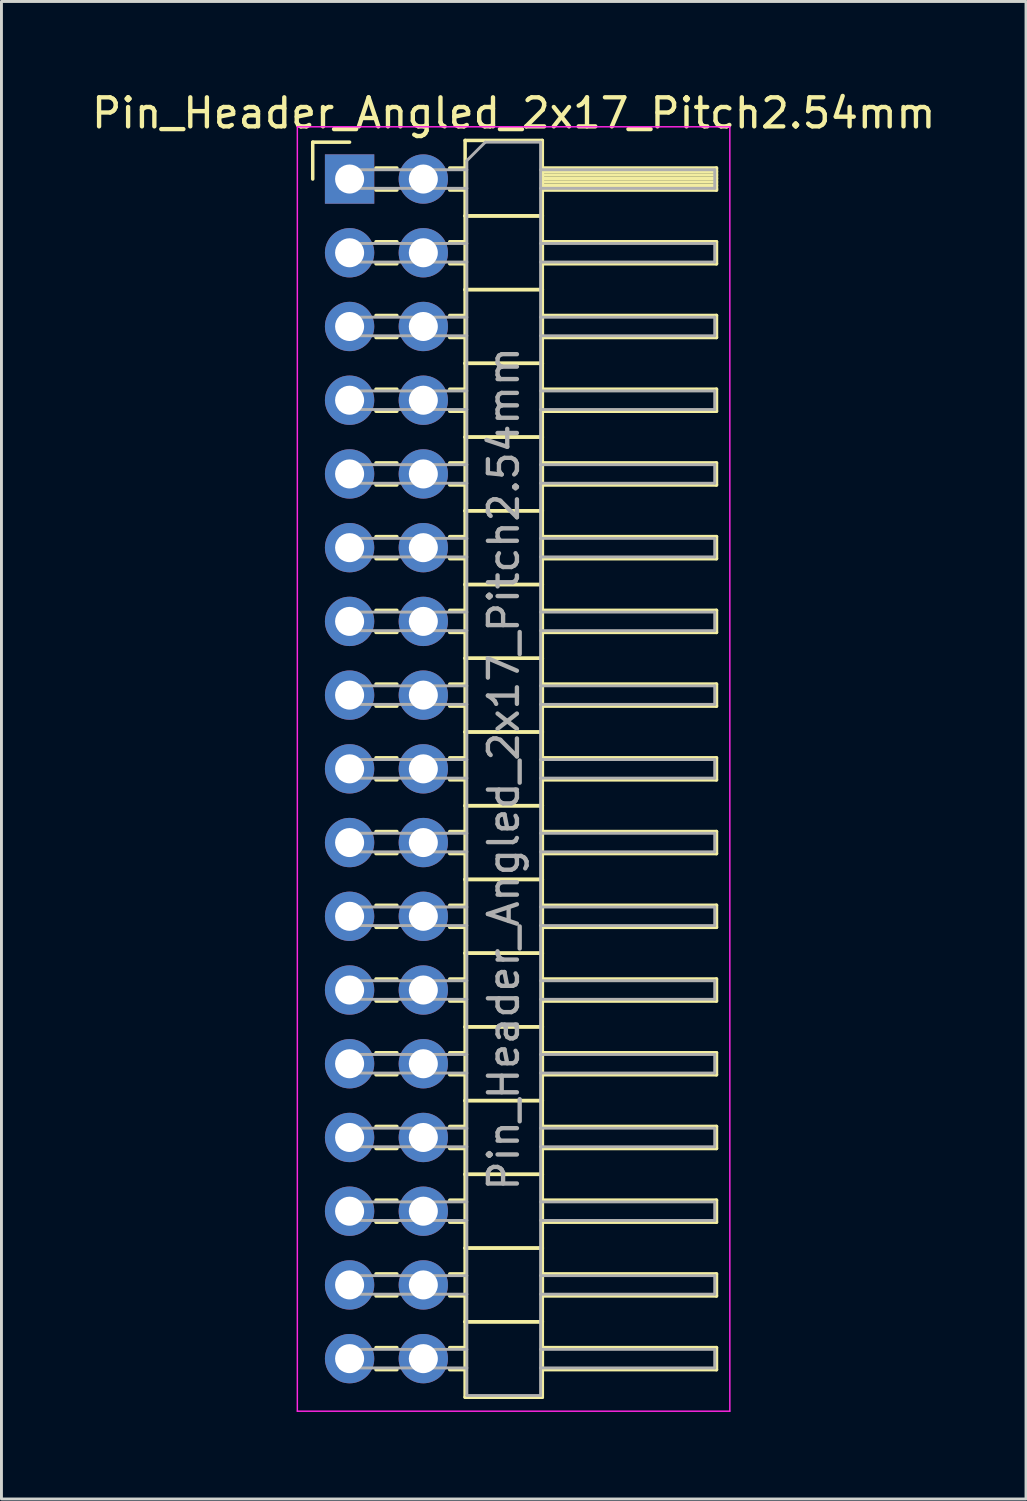
<source format=kicad_pcb>
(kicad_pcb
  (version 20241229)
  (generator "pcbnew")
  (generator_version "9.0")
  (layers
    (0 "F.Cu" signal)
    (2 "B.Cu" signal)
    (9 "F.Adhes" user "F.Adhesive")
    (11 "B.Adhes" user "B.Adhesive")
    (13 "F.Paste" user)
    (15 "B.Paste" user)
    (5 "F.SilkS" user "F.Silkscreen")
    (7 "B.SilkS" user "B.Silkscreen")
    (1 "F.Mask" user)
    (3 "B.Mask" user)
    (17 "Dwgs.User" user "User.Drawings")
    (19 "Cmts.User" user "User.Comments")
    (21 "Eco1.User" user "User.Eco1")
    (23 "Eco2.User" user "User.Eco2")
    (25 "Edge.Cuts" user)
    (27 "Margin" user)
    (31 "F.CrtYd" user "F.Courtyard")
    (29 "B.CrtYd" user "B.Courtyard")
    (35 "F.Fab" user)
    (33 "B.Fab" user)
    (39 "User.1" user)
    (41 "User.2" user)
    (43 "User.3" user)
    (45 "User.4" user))
  (footprint "Pin_Header_Angled_2x17_Pitch2.54mm"
    (layer "F.Cu")
    (at 8.994 3.118)
    (property "Reference" "Pin_Header_Angled_2x17_Pitch2.54mm" (at 5.655 -2.27 0) (layer "F.SilkS") (effects (font (size 1 1) (thickness 0.15))))
    (attr through_hole)
    (fp_line (start -1.27 -1.27) (end 0 -1.27) (stroke (width 0.12) (type solid)) (layer "F.SilkS"))
    (fp_line (start -1.27 0) (end -1.27 -1.27) (stroke (width 0.12) (type solid)) (layer "F.SilkS"))
    (fp_line (start 0.91 -0.38) (end 1.63 -0.38) (stroke (width 0.12) (type solid)) (layer "F.SilkS"))
    (fp_line (start 0.91 0.38) (end 1.63 0.38) (stroke (width 0.12) (type solid)) (layer "F.SilkS"))
    (fp_line (start 0.91 2.16) (end 1.63 2.16) (stroke (width 0.12) (type solid)) (layer "F.SilkS"))
    (fp_line (start 0.91 2.92) (end 1.63 2.92) (stroke (width 0.12) (type solid)) (layer "F.SilkS"))
    (fp_line (start 0.91 4.7) (end 1.63 4.7) (stroke (width 0.12) (type solid)) (layer "F.SilkS"))
    (fp_line (start 0.91 5.46) (end 1.63 5.46) (stroke (width 0.12) (type solid)) (layer "F.SilkS"))
    (fp_line (start 0.91 7.24) (end 1.63 7.24) (stroke (width 0.12) (type solid)) (layer "F.SilkS"))
    (fp_line (start 0.91 8) (end 1.63 8) (stroke (width 0.12) (type solid)) (layer "F.SilkS"))
    (fp_line (start 0.91 9.78) (end 1.63 9.78) (stroke (width 0.12) (type solid)) (layer "F.SilkS"))
    (fp_line (start 0.91 10.54) (end 1.63 10.54) (stroke (width 0.12) (type solid)) (layer "F.SilkS"))
    (fp_line (start 0.91 12.32) (end 1.63 12.32) (stroke (width 0.12) (type solid)) (layer "F.SilkS"))
    (fp_line (start 0.91 13.08) (end 1.63 13.08) (stroke (width 0.12) (type solid)) (layer "F.SilkS"))
    (fp_line (start 0.91 14.86) (end 1.63 14.86) (stroke (width 0.12) (type solid)) (layer "F.SilkS"))
    (fp_line (start 0.91 15.62) (end 1.63 15.62) (stroke (width 0.12) (type solid)) (layer "F.SilkS"))
    (fp_line (start 0.91 17.4) (end 1.63 17.4) (stroke (width 0.12) (type solid)) (layer "F.SilkS"))
    (fp_line (start 0.91 18.16) (end 1.63 18.16) (stroke (width 0.12) (type solid)) (layer "F.SilkS"))
    (fp_line (start 0.91 19.94) (end 1.63 19.94) (stroke (width 0.12) (type solid)) (layer "F.SilkS"))
    (fp_line (start 0.91 20.7) (end 1.63 20.7) (stroke (width 0.12) (type solid)) (layer "F.SilkS"))
    (fp_line (start 0.91 22.48) (end 1.63 22.48) (stroke (width 0.12) (type solid)) (layer "F.SilkS"))
    (fp_line (start 0.91 23.24) (end 1.63 23.24) (stroke (width 0.12) (type solid)) (layer "F.SilkS"))
    (fp_line (start 0.91 25.02) (end 1.63 25.02) (stroke (width 0.12) (type solid)) (layer "F.SilkS"))
    (fp_line (start 0.91 25.78) (end 1.63 25.78) (stroke (width 0.12) (type solid)) (layer "F.SilkS"))
    (fp_line (start 0.91 27.56) (end 1.63 27.56) (stroke (width 0.12) (type solid)) (layer "F.SilkS"))
    (fp_line (start 0.91 28.32) (end 1.63 28.32) (stroke (width 0.12) (type solid)) (layer "F.SilkS"))
    (fp_line (start 0.91 30.1) (end 1.63 30.1) (stroke (width 0.12) (type solid)) (layer "F.SilkS"))
    (fp_line (start 0.91 30.86) (end 1.63 30.86) (stroke (width 0.12) (type solid)) (layer "F.SilkS"))
    (fp_line (start 0.91 32.64) (end 1.63 32.64) (stroke (width 0.12) (type solid)) (layer "F.SilkS"))
    (fp_line (start 0.91 33.4) (end 1.63 33.4) (stroke (width 0.12) (type solid)) (layer "F.SilkS"))
    (fp_line (start 0.91 35.18) (end 1.63 35.18) (stroke (width 0.12) (type solid)) (layer "F.SilkS"))
    (fp_line (start 0.91 35.94) (end 1.63 35.94) (stroke (width 0.12) (type solid)) (layer "F.SilkS"))
    (fp_line (start 0.91 37.72) (end 1.63 37.72) (stroke (width 0.12) (type solid)) (layer "F.SilkS"))
    (fp_line (start 0.91 38.48) (end 1.63 38.48) (stroke (width 0.12) (type solid)) (layer "F.SilkS"))
    (fp_line (start 0.91 40.26) (end 1.63 40.26) (stroke (width 0.12) (type solid)) (layer "F.SilkS"))
    (fp_line (start 0.91 41.02) (end 1.63 41.02) (stroke (width 0.12) (type solid)) (layer "F.SilkS"))
    (fp_line (start 3.45 -0.38) (end 3.98 -0.38) (stroke (width 0.12) (type solid)) (layer "F.SilkS"))
    (fp_line (start 3.45 0.38) (end 3.98 0.38) (stroke (width 0.12) (type solid)) (layer "F.SilkS"))
    (fp_line (start 3.45 2.16) (end 3.98 2.16) (stroke (width 0.12) (type solid)) (layer "F.SilkS"))
    (fp_line (start 3.45 2.92) (end 3.98 2.92) (stroke (width 0.12) (type solid)) (layer "F.SilkS"))
    (fp_line (start 3.45 4.7) (end 3.98 4.7) (stroke (width 0.12) (type solid)) (layer "F.SilkS"))
    (fp_line (start 3.45 5.46) (end 3.98 5.46) (stroke (width 0.12) (type solid)) (layer "F.SilkS"))
    (fp_line (start 3.45 7.24) (end 3.98 7.24) (stroke (width 0.12) (type solid)) (layer "F.SilkS"))
    (fp_line (start 3.45 8) (end 3.98 8) (stroke (width 0.12) (type solid)) (layer "F.SilkS"))
    (fp_line (start 3.45 9.78) (end 3.98 9.78) (stroke (width 0.12) (type solid)) (layer "F.SilkS"))
    (fp_line (start 3.45 10.54) (end 3.98 10.54) (stroke (width 0.12) (type solid)) (layer "F.SilkS"))
    (fp_line (start 3.45 12.32) (end 3.98 12.32) (stroke (width 0.12) (type solid)) (layer "F.SilkS"))
    (fp_line (start 3.45 13.08) (end 3.98 13.08) (stroke (width 0.12) (type solid)) (layer "F.SilkS"))
    (fp_line (start 3.45 14.86) (end 3.98 14.86) (stroke (width 0.12) (type solid)) (layer "F.SilkS"))
    (fp_line (start 3.45 15.62) (end 3.98 15.62) (stroke (width 0.12) (type solid)) (layer "F.SilkS"))
    (fp_line (start 3.45 17.4) (end 3.98 17.4) (stroke (width 0.12) (type solid)) (layer "F.SilkS"))
    (fp_line (start 3.45 18.16) (end 3.98 18.16) (stroke (width 0.12) (type solid)) (layer "F.SilkS"))
    (fp_line (start 3.45 19.94) (end 3.98 19.94) (stroke (width 0.12) (type solid)) (layer "F.SilkS"))
    (fp_line (start 3.45 20.7) (end 3.98 20.7) (stroke (width 0.12) (type solid)) (layer "F.SilkS"))
    (fp_line (start 3.45 22.48) (end 3.98 22.48) (stroke (width 0.12) (type solid)) (layer "F.SilkS"))
    (fp_line (start 3.45 23.24) (end 3.98 23.24) (stroke (width 0.12) (type solid)) (layer "F.SilkS"))
    (fp_line (start 3.45 25.02) (end 3.98 25.02) (stroke (width 0.12) (type solid)) (layer "F.SilkS"))
    (fp_line (start 3.45 25.78) (end 3.98 25.78) (stroke (width 0.12) (type solid)) (layer "F.SilkS"))
    (fp_line (start 3.45 27.56) (end 3.98 27.56) (stroke (width 0.12) (type solid)) (layer "F.SilkS"))
    (fp_line (start 3.45 28.32) (end 3.98 28.32) (stroke (width 0.12) (type solid)) (layer "F.SilkS"))
    (fp_line (start 3.45 30.1) (end 3.98 30.1) (stroke (width 0.12) (type solid)) (layer "F.SilkS"))
    (fp_line (start 3.45 30.86) (end 3.98 30.86) (stroke (width 0.12) (type solid)) (layer "F.SilkS"))
    (fp_line (start 3.45 32.64) (end 3.98 32.64) (stroke (width 0.12) (type solid)) (layer "F.SilkS"))
    (fp_line (start 3.45 33.4) (end 3.98 33.4) (stroke (width 0.12) (type solid)) (layer "F.SilkS"))
    (fp_line (start 3.45 35.18) (end 3.98 35.18) (stroke (width 0.12) (type solid)) (layer "F.SilkS"))
    (fp_line (start 3.45 35.94) (end 3.98 35.94) (stroke (width 0.12) (type solid)) (layer "F.SilkS"))
    (fp_line (start 3.45 37.72) (end 3.98 37.72) (stroke (width 0.12) (type solid)) (layer "F.SilkS"))
    (fp_line (start 3.45 38.48) (end 3.98 38.48) (stroke (width 0.12) (type solid)) (layer "F.SilkS"))
    (fp_line (start 3.45 40.26) (end 3.98 40.26) (stroke (width 0.12) (type solid)) (layer "F.SilkS"))
    (fp_line (start 3.45 41.02) (end 3.98 41.02) (stroke (width 0.12) (type solid)) (layer "F.SilkS"))
    (fp_line (start 3.98 -1.33) (end 3.98 1.27) (stroke (width 0.12) (type solid)) (layer "F.SilkS"))
    (fp_line (start 3.98 1.27) (end 3.98 3.81) (stroke (width 0.12) (type solid)) (layer "F.SilkS"))
    (fp_line (start 3.98 1.27) (end 6.64 1.27) (stroke (width 0.12) (type solid)) (layer "F.SilkS"))
    (fp_line (start 3.98 3.81) (end 3.98 6.35) (stroke (width 0.12) (type solid)) (layer "F.SilkS"))
    (fp_line (start 3.98 3.81) (end 6.64 3.81) (stroke (width 0.12) (type solid)) (layer "F.SilkS"))
    (fp_line (start 3.98 6.35) (end 3.98 8.89) (stroke (width 0.12) (type solid)) (layer "F.SilkS"))
    (fp_line (start 3.98 6.35) (end 6.64 6.35) (stroke (width 0.12) (type solid)) (layer "F.SilkS"))
    (fp_line (start 3.98 8.89) (end 3.98 11.43) (stroke (width 0.12) (type solid)) (layer "F.SilkS"))
    (fp_line (start 3.98 8.89) (end 6.64 8.89) (stroke (width 0.12) (type solid)) (layer "F.SilkS"))
    (fp_line (start 3.98 11.43) (end 3.98 13.97) (stroke (width 0.12) (type solid)) (layer "F.SilkS"))
    (fp_line (start 3.98 11.43) (end 6.64 11.43) (stroke (width 0.12) (type solid)) (layer "F.SilkS"))
    (fp_line (start 3.98 13.97) (end 3.98 16.51) (stroke (width 0.12) (type solid)) (layer "F.SilkS"))
    (fp_line (start 3.98 13.97) (end 6.64 13.97) (stroke (width 0.12) (type solid)) (layer "F.SilkS"))
    (fp_line (start 3.98 16.51) (end 3.98 19.05) (stroke (width 0.12) (type solid)) (layer "F.SilkS"))
    (fp_line (start 3.98 16.51) (end 6.64 16.51) (stroke (width 0.12) (type solid)) (layer "F.SilkS"))
    (fp_line (start 3.98 19.05) (end 3.98 21.59) (stroke (width 0.12) (type solid)) (layer "F.SilkS"))
    (fp_line (start 3.98 19.05) (end 6.64 19.05) (stroke (width 0.12) (type solid)) (layer "F.SilkS"))
    (fp_line (start 3.98 21.59) (end 3.98 24.13) (stroke (width 0.12) (type solid)) (layer "F.SilkS"))
    (fp_line (start 3.98 21.59) (end 6.64 21.59) (stroke (width 0.12) (type solid)) (layer "F.SilkS"))
    (fp_line (start 3.98 24.13) (end 3.98 26.67) (stroke (width 0.12) (type solid)) (layer "F.SilkS"))
    (fp_line (start 3.98 24.13) (end 6.64 24.13) (stroke (width 0.12) (type solid)) (layer "F.SilkS"))
    (fp_line (start 3.98 26.67) (end 3.98 29.21) (stroke (width 0.12) (type solid)) (layer "F.SilkS"))
    (fp_line (start 3.98 26.67) (end 6.64 26.67) (stroke (width 0.12) (type solid)) (layer "F.SilkS"))
    (fp_line (start 3.98 29.21) (end 3.98 31.75) (stroke (width 0.12) (type solid)) (layer "F.SilkS"))
    (fp_line (start 3.98 29.21) (end 6.64 29.21) (stroke (width 0.12) (type solid)) (layer "F.SilkS"))
    (fp_line (start 3.98 31.75) (end 3.98 34.29) (stroke (width 0.12) (type solid)) (layer "F.SilkS"))
    (fp_line (start 3.98 31.75) (end 6.64 31.75) (stroke (width 0.12) (type solid)) (layer "F.SilkS"))
    (fp_line (start 3.98 34.29) (end 3.98 36.83) (stroke (width 0.12) (type solid)) (layer "F.SilkS"))
    (fp_line (start 3.98 34.29) (end 6.64 34.29) (stroke (width 0.12) (type solid)) (layer "F.SilkS"))
    (fp_line (start 3.98 36.83) (end 3.98 39.37) (stroke (width 0.12) (type solid)) (layer "F.SilkS"))
    (fp_line (start 3.98 36.83) (end 6.64 36.83) (stroke (width 0.12) (type solid)) (layer "F.SilkS"))
    (fp_line (start 3.98 39.37) (end 3.98 41.97) (stroke (width 0.12) (type solid)) (layer "F.SilkS"))
    (fp_line (start 3.98 39.37) (end 6.64 39.37) (stroke (width 0.12) (type solid)) (layer "F.SilkS"))
    (fp_line (start 3.98 41.97) (end 6.64 41.97) (stroke (width 0.12) (type solid)) (layer "F.SilkS"))
    (fp_line (start 6.64 -1.33) (end 3.98 -1.33) (stroke (width 0.12) (type solid)) (layer "F.SilkS"))
    (fp_line (start 6.64 -0.38) (end 6.64 0.38) (stroke (width 0.12) (type solid)) (layer "F.SilkS"))
    (fp_line (start 6.64 -0.26) (end 12.64 -0.26) (stroke (width 0.12) (type solid)) (layer "F.SilkS"))
    (fp_line (start 6.64 -0.14) (end 12.64 -0.14) (stroke (width 0.12) (type solid)) (layer "F.SilkS"))
    (fp_line (start 6.64 -0.02) (end 12.64 -0.02) (stroke (width 0.12) (type solid)) (layer "F.SilkS"))
    (fp_line (start 6.64 0.1) (end 12.64 0.1) (stroke (width 0.12) (type solid)) (layer "F.SilkS"))
    (fp_line (start 6.64 0.22) (end 12.64 0.22) (stroke (width 0.12) (type solid)) (layer "F.SilkS"))
    (fp_line (start 6.64 0.34) (end 12.64 0.34) (stroke (width 0.12) (type solid)) (layer "F.SilkS"))
    (fp_line (start 6.64 0.38) (end 12.64 0.38) (stroke (width 0.12) (type solid)) (layer "F.SilkS"))
    (fp_line (start 6.64 1.27) (end 3.98 1.27) (stroke (width 0.12) (type solid)) (layer "F.SilkS"))
    (fp_line (start 6.64 1.27) (end 6.64 -1.33) (stroke (width 0.12) (type solid)) (layer "F.SilkS"))
    (fp_line (start 6.64 2.16) (end 6.64 2.92) (stroke (width 0.12) (type solid)) (layer "F.SilkS"))
    (fp_line (start 6.64 2.92) (end 12.64 2.92) (stroke (width 0.12) (type solid)) (layer "F.SilkS"))
    (fp_line (start 6.64 3.81) (end 3.98 3.81) (stroke (width 0.12) (type solid)) (layer "F.SilkS"))
    (fp_line (start 6.64 3.81) (end 6.64 1.27) (stroke (width 0.12) (type solid)) (layer "F.SilkS"))
    (fp_line (start 6.64 4.7) (end 6.64 5.46) (stroke (width 0.12) (type solid)) (layer "F.SilkS"))
    (fp_line (start 6.64 5.46) (end 12.64 5.46) (stroke (width 0.12) (type solid)) (layer "F.SilkS"))
    (fp_line (start 6.64 6.35) (end 3.98 6.35) (stroke (width 0.12) (type solid)) (layer "F.SilkS"))
    (fp_line (start 6.64 6.35) (end 6.64 3.81) (stroke (width 0.12) (type solid)) (layer "F.SilkS"))
    (fp_line (start 6.64 7.24) (end 6.64 8) (stroke (width 0.12) (type solid)) (layer "F.SilkS"))
    (fp_line (start 6.64 8) (end 12.64 8) (stroke (width 0.12) (type solid)) (layer "F.SilkS"))
    (fp_line (start 6.64 8.89) (end 3.98 8.89) (stroke (width 0.12) (type solid)) (layer "F.SilkS"))
    (fp_line (start 6.64 8.89) (end 6.64 6.35) (stroke (width 0.12) (type solid)) (layer "F.SilkS"))
    (fp_line (start 6.64 9.78) (end 6.64 10.54) (stroke (width 0.12) (type solid)) (layer "F.SilkS"))
    (fp_line (start 6.64 10.54) (end 12.64 10.54) (stroke (width 0.12) (type solid)) (layer "F.SilkS"))
    (fp_line (start 6.64 11.43) (end 3.98 11.43) (stroke (width 0.12) (type solid)) (layer "F.SilkS"))
    (fp_line (start 6.64 11.43) (end 6.64 8.89) (stroke (width 0.12) (type solid)) (layer "F.SilkS"))
    (fp_line (start 6.64 12.32) (end 6.64 13.08) (stroke (width 0.12) (type solid)) (layer "F.SilkS"))
    (fp_line (start 6.64 13.08) (end 12.64 13.08) (stroke (width 0.12) (type solid)) (layer "F.SilkS"))
    (fp_line (start 6.64 13.97) (end 3.98 13.97) (stroke (width 0.12) (type solid)) (layer "F.SilkS"))
    (fp_line (start 6.64 13.97) (end 6.64 11.43) (stroke (width 0.12) (type solid)) (layer "F.SilkS"))
    (fp_line (start 6.64 14.86) (end 6.64 15.62) (stroke (width 0.12) (type solid)) (layer "F.SilkS"))
    (fp_line (start 6.64 15.62) (end 12.64 15.62) (stroke (width 0.12) (type solid)) (layer "F.SilkS"))
    (fp_line (start 6.64 16.51) (end 3.98 16.51) (stroke (width 0.12) (type solid)) (layer "F.SilkS"))
    (fp_line (start 6.64 16.51) (end 6.64 13.97) (stroke (width 0.12) (type solid)) (layer "F.SilkS"))
    (fp_line (start 6.64 17.4) (end 6.64 18.16) (stroke (width 0.12) (type solid)) (layer "F.SilkS"))
    (fp_line (start 6.64 18.16) (end 12.64 18.16) (stroke (width 0.12) (type solid)) (layer "F.SilkS"))
    (fp_line (start 6.64 19.05) (end 3.98 19.05) (stroke (width 0.12) (type solid)) (layer "F.SilkS"))
    (fp_line (start 6.64 19.05) (end 6.64 16.51) (stroke (width 0.12) (type solid)) (layer "F.SilkS"))
    (fp_line (start 6.64 19.94) (end 6.64 20.7) (stroke (width 0.12) (type solid)) (layer "F.SilkS"))
    (fp_line (start 6.64 20.7) (end 12.64 20.7) (stroke (width 0.12) (type solid)) (layer "F.SilkS"))
    (fp_line (start 6.64 21.59) (end 3.98 21.59) (stroke (width 0.12) (type solid)) (layer "F.SilkS"))
    (fp_line (start 6.64 21.59) (end 6.64 19.05) (stroke (width 0.12) (type solid)) (layer "F.SilkS"))
    (fp_line (start 6.64 22.48) (end 6.64 23.24) (stroke (width 0.12) (type solid)) (layer "F.SilkS"))
    (fp_line (start 6.64 23.24) (end 12.64 23.24) (stroke (width 0.12) (type solid)) (layer "F.SilkS"))
    (fp_line (start 6.64 24.13) (end 3.98 24.13) (stroke (width 0.12) (type solid)) (layer "F.SilkS"))
    (fp_line (start 6.64 24.13) (end 6.64 21.59) (stroke (width 0.12) (type solid)) (layer "F.SilkS"))
    (fp_line (start 6.64 25.02) (end 6.64 25.78) (stroke (width 0.12) (type solid)) (layer "F.SilkS"))
    (fp_line (start 6.64 25.78) (end 12.64 25.78) (stroke (width 0.12) (type solid)) (layer "F.SilkS"))
    (fp_line (start 6.64 26.67) (end 3.98 26.67) (stroke (width 0.12) (type solid)) (layer "F.SilkS"))
    (fp_line (start 6.64 26.67) (end 6.64 24.13) (stroke (width 0.12) (type solid)) (layer "F.SilkS"))
    (fp_line (start 6.64 27.56) (end 6.64 28.32) (stroke (width 0.12) (type solid)) (layer "F.SilkS"))
    (fp_line (start 6.64 28.32) (end 12.64 28.32) (stroke (width 0.12) (type solid)) (layer "F.SilkS"))
    (fp_line (start 6.64 29.21) (end 3.98 29.21) (stroke (width 0.12) (type solid)) (layer "F.SilkS"))
    (fp_line (start 6.64 29.21) (end 6.64 26.67) (stroke (width 0.12) (type solid)) (layer "F.SilkS"))
    (fp_line (start 6.64 30.1) (end 6.64 30.86) (stroke (width 0.12) (type solid)) (layer "F.SilkS"))
    (fp_line (start 6.64 30.86) (end 12.64 30.86) (stroke (width 0.12) (type solid)) (layer "F.SilkS"))
    (fp_line (start 6.64 31.75) (end 3.98 31.75) (stroke (width 0.12) (type solid)) (layer "F.SilkS"))
    (fp_line (start 6.64 31.75) (end 6.64 29.21) (stroke (width 0.12) (type solid)) (layer "F.SilkS"))
    (fp_line (start 6.64 32.64) (end 6.64 33.4) (stroke (width 0.12) (type solid)) (layer "F.SilkS"))
    (fp_line (start 6.64 33.4) (end 12.64 33.4) (stroke (width 0.12) (type solid)) (layer "F.SilkS"))
    (fp_line (start 6.64 34.29) (end 3.98 34.29) (stroke (width 0.12) (type solid)) (layer "F.SilkS"))
    (fp_line (start 6.64 34.29) (end 6.64 31.75) (stroke (width 0.12) (type solid)) (layer "F.SilkS"))
    (fp_line (start 6.64 35.18) (end 6.64 35.94) (stroke (width 0.12) (type solid)) (layer "F.SilkS"))
    (fp_line (start 6.64 35.94) (end 12.64 35.94) (stroke (width 0.12) (type solid)) (layer "F.SilkS"))
    (fp_line (start 6.64 36.83) (end 3.98 36.83) (stroke (width 0.12) (type solid)) (layer "F.SilkS"))
    (fp_line (start 6.64 36.83) (end 6.64 34.29) (stroke (width 0.12) (type solid)) (layer "F.SilkS"))
    (fp_line (start 6.64 37.72) (end 6.64 38.48) (stroke (width 0.12) (type solid)) (layer "F.SilkS"))
    (fp_line (start 6.64 38.48) (end 12.64 38.48) (stroke (width 0.12) (type solid)) (layer "F.SilkS"))
    (fp_line (start 6.64 39.37) (end 3.98 39.37) (stroke (width 0.12) (type solid)) (layer "F.SilkS"))
    (fp_line (start 6.64 39.37) (end 6.64 36.83) (stroke (width 0.12) (type solid)) (layer "F.SilkS"))
    (fp_line (start 6.64 40.26) (end 6.64 41.02) (stroke (width 0.12) (type solid)) (layer "F.SilkS"))
    (fp_line (start 6.64 41.02) (end 12.64 41.02) (stroke (width 0.12) (type solid)) (layer "F.SilkS"))
    (fp_line (start 6.64 41.97) (end 6.64 39.37) (stroke (width 0.12) (type solid)) (layer "F.SilkS"))
    (fp_line (start 12.64 -0.38) (end 6.64 -0.38) (stroke (width 0.12) (type solid)) (layer "F.SilkS"))
    (fp_line (start 12.64 0.38) (end 12.64 -0.38) (stroke (width 0.12) (type solid)) (layer "F.SilkS"))
    (fp_line (start 12.64 2.16) (end 6.64 2.16) (stroke (width 0.12) (type solid)) (layer "F.SilkS"))
    (fp_line (start 12.64 2.92) (end 12.64 2.16) (stroke (width 0.12) (type solid)) (layer "F.SilkS"))
    (fp_line (start 12.64 4.7) (end 6.64 4.7) (stroke (width 0.12) (type solid)) (layer "F.SilkS"))
    (fp_line (start 12.64 5.46) (end 12.64 4.7) (stroke (width 0.12) (type solid)) (layer "F.SilkS"))
    (fp_line (start 12.64 7.24) (end 6.64 7.24) (stroke (width 0.12) (type solid)) (layer "F.SilkS"))
    (fp_line (start 12.64 8) (end 12.64 7.24) (stroke (width 0.12) (type solid)) (layer "F.SilkS"))
    (fp_line (start 12.64 9.78) (end 6.64 9.78) (stroke (width 0.12) (type solid)) (layer "F.SilkS"))
    (fp_line (start 12.64 10.54) (end 12.64 9.78) (stroke (width 0.12) (type solid)) (layer "F.SilkS"))
    (fp_line (start 12.64 12.32) (end 6.64 12.32) (stroke (width 0.12) (type solid)) (layer "F.SilkS"))
    (fp_line (start 12.64 13.08) (end 12.64 12.32) (stroke (width 0.12) (type solid)) (layer "F.SilkS"))
    (fp_line (start 12.64 14.86) (end 6.64 14.86) (stroke (width 0.12) (type solid)) (layer "F.SilkS"))
    (fp_line (start 12.64 15.62) (end 12.64 14.86) (stroke (width 0.12) (type solid)) (layer "F.SilkS"))
    (fp_line (start 12.64 17.4) (end 6.64 17.4) (stroke (width 0.12) (type solid)) (layer "F.SilkS"))
    (fp_line (start 12.64 18.16) (end 12.64 17.4) (stroke (width 0.12) (type solid)) (layer "F.SilkS"))
    (fp_line (start 12.64 19.94) (end 6.64 19.94) (stroke (width 0.12) (type solid)) (layer "F.SilkS"))
    (fp_line (start 12.64 20.7) (end 12.64 19.94) (stroke (width 0.12) (type solid)) (layer "F.SilkS"))
    (fp_line (start 12.64 22.48) (end 6.64 22.48) (stroke (width 0.12) (type solid)) (layer "F.SilkS"))
    (fp_line (start 12.64 23.24) (end 12.64 22.48) (stroke (width 0.12) (type solid)) (layer "F.SilkS"))
    (fp_line (start 12.64 25.02) (end 6.64 25.02) (stroke (width 0.12) (type solid)) (layer "F.SilkS"))
    (fp_line (start 12.64 25.78) (end 12.64 25.02) (stroke (width 0.12) (type solid)) (layer "F.SilkS"))
    (fp_line (start 12.64 27.56) (end 6.64 27.56) (stroke (width 0.12) (type solid)) (layer "F.SilkS"))
    (fp_line (start 12.64 28.32) (end 12.64 27.56) (stroke (width 0.12) (type solid)) (layer "F.SilkS"))
    (fp_line (start 12.64 30.1) (end 6.64 30.1) (stroke (width 0.12) (type solid)) (layer "F.SilkS"))
    (fp_line (start 12.64 30.86) (end 12.64 30.1) (stroke (width 0.12) (type solid)) (layer "F.SilkS"))
    (fp_line (start 12.64 32.64) (end 6.64 32.64) (stroke (width 0.12) (type solid)) (layer "F.SilkS"))
    (fp_line (start 12.64 33.4) (end 12.64 32.64) (stroke (width 0.12) (type solid)) (layer "F.SilkS"))
    (fp_line (start 12.64 35.18) (end 6.64 35.18) (stroke (width 0.12) (type solid)) (layer "F.SilkS"))
    (fp_line (start 12.64 35.94) (end 12.64 35.18) (stroke (width 0.12) (type solid)) (layer "F.SilkS"))
    (fp_line (start 12.64 37.72) (end 6.64 37.72) (stroke (width 0.12) (type solid)) (layer "F.SilkS"))
    (fp_line (start 12.64 38.48) (end 12.64 37.72) (stroke (width 0.12) (type solid)) (layer "F.SilkS"))
    (fp_line (start 12.64 40.26) (end 6.64 40.26) (stroke (width 0.12) (type solid)) (layer "F.SilkS"))
    (fp_line (start 12.64 41.02) (end 12.64 40.26) (stroke (width 0.12) (type solid)) (layer "F.SilkS"))
    (fp_line (start -1.8 -1.8) (end -1.8 42.45) (stroke (width 0.05) (type solid)) (layer "F.CrtYd"))
    (fp_line (start -1.8 42.45) (end 13.1 42.45) (stroke (width 0.05) (type solid)) (layer "F.CrtYd"))
    (fp_line (start 13.1 -1.8) (end -1.8 -1.8) (stroke (width 0.05) (type solid)) (layer "F.CrtYd"))
    (fp_line (start 13.1 42.45) (end 13.1 -1.8) (stroke (width 0.05) (type solid)) (layer "F.CrtYd"))
    (fp_line (start -0.32 -0.32) (end -0.32 0.32) (stroke (width 0.1) (type solid)) (layer "F.Fab"))
    (fp_line (start -0.32 -0.32) (end 4.04 -0.32) (stroke (width 0.1) (type solid)) (layer "F.Fab"))
    (fp_line (start -0.32 0.32) (end 4.04 0.32) (stroke (width 0.1) (type solid)) (layer "F.Fab"))
    (fp_line (start -0.32 2.22) (end -0.32 2.86) (stroke (width 0.1) (type solid)) (layer "F.Fab"))
    (fp_line (start -0.32 2.22) (end 4.04 2.22) (stroke (width 0.1) (type solid)) (layer "F.Fab"))
    (fp_line (start -0.32 2.86) (end 4.04 2.86) (stroke (width 0.1) (type solid)) (layer "F.Fab"))
    (fp_line (start -0.32 4.76) (end -0.32 5.4) (stroke (width 0.1) (type solid)) (layer "F.Fab"))
    (fp_line (start -0.32 4.76) (end 4.04 4.76) (stroke (width 0.1) (type solid)) (layer "F.Fab"))
    (fp_line (start -0.32 5.4) (end 4.04 5.4) (stroke (width 0.1) (type solid)) (layer "F.Fab"))
    (fp_line (start -0.32 7.3) (end -0.32 7.94) (stroke (width 0.1) (type solid)) (layer "F.Fab"))
    (fp_line (start -0.32 7.3) (end 4.04 7.3) (stroke (width 0.1) (type solid)) (layer "F.Fab"))
    (fp_line (start -0.32 7.94) (end 4.04 7.94) (stroke (width 0.1) (type solid)) (layer "F.Fab"))
    (fp_line (start -0.32 9.84) (end -0.32 10.48) (stroke (width 0.1) (type solid)) (layer "F.Fab"))
    (fp_line (start -0.32 9.84) (end 4.04 9.84) (stroke (width 0.1) (type solid)) (layer "F.Fab"))
    (fp_line (start -0.32 10.48) (end 4.04 10.48) (stroke (width 0.1) (type solid)) (layer "F.Fab"))
    (fp_line (start -0.32 12.38) (end -0.32 13.02) (stroke (width 0.1) (type solid)) (layer "F.Fab"))
    (fp_line (start -0.32 12.38) (end 4.04 12.38) (stroke (width 0.1) (type solid)) (layer "F.Fab"))
    (fp_line (start -0.32 13.02) (end 4.04 13.02) (stroke (width 0.1) (type solid)) (layer "F.Fab"))
    (fp_line (start -0.32 14.92) (end -0.32 15.56) (stroke (width 0.1) (type solid)) (layer "F.Fab"))
    (fp_line (start -0.32 14.92) (end 4.04 14.92) (stroke (width 0.1) (type solid)) (layer "F.Fab"))
    (fp_line (start -0.32 15.56) (end 4.04 15.56) (stroke (width 0.1) (type solid)) (layer "F.Fab"))
    (fp_line (start -0.32 17.46) (end -0.32 18.1) (stroke (width 0.1) (type solid)) (layer "F.Fab"))
    (fp_line (start -0.32 17.46) (end 4.04 17.46) (stroke (width 0.1) (type solid)) (layer "F.Fab"))
    (fp_line (start -0.32 18.1) (end 4.04 18.1) (stroke (width 0.1) (type solid)) (layer "F.Fab"))
    (fp_line (start -0.32 20) (end -0.32 20.64) (stroke (width 0.1) (type solid)) (layer "F.Fab"))
    (fp_line (start -0.32 20) (end 4.04 20) (stroke (width 0.1) (type solid)) (layer "F.Fab"))
    (fp_line (start -0.32 20.64) (end 4.04 20.64) (stroke (width 0.1) (type solid)) (layer "F.Fab"))
    (fp_line (start -0.32 22.54) (end -0.32 23.18) (stroke (width 0.1) (type solid)) (layer "F.Fab"))
    (fp_line (start -0.32 22.54) (end 4.04 22.54) (stroke (width 0.1) (type solid)) (layer "F.Fab"))
    (fp_line (start -0.32 23.18) (end 4.04 23.18) (stroke (width 0.1) (type solid)) (layer "F.Fab"))
    (fp_line (start -0.32 25.08) (end -0.32 25.72) (stroke (width 0.1) (type solid)) (layer "F.Fab"))
    (fp_line (start -0.32 25.08) (end 4.04 25.08) (stroke (width 0.1) (type solid)) (layer "F.Fab"))
    (fp_line (start -0.32 25.72) (end 4.04 25.72) (stroke (width 0.1) (type solid)) (layer "F.Fab"))
    (fp_line (start -0.32 27.62) (end -0.32 28.26) (stroke (width 0.1) (type solid)) (layer "F.Fab"))
    (fp_line (start -0.32 27.62) (end 4.04 27.62) (stroke (width 0.1) (type solid)) (layer "F.Fab"))
    (fp_line (start -0.32 28.26) (end 4.04 28.26) (stroke (width 0.1) (type solid)) (layer "F.Fab"))
    (fp_line (start -0.32 30.16) (end -0.32 30.8) (stroke (width 0.1) (type solid)) (layer "F.Fab"))
    (fp_line (start -0.32 30.16) (end 4.04 30.16) (stroke (width 0.1) (type solid)) (layer "F.Fab"))
    (fp_line (start -0.32 30.8) (end 4.04 30.8) (stroke (width 0.1) (type solid)) (layer "F.Fab"))
    (fp_line (start -0.32 32.7) (end -0.32 33.34) (stroke (width 0.1) (type solid)) (layer "F.Fab"))
    (fp_line (start -0.32 32.7) (end 4.04 32.7) (stroke (width 0.1) (type solid)) (layer "F.Fab"))
    (fp_line (start -0.32 33.34) (end 4.04 33.34) (stroke (width 0.1) (type solid)) (layer "F.Fab"))
    (fp_line (start -0.32 35.24) (end -0.32 35.88) (stroke (width 0.1) (type solid)) (layer "F.Fab"))
    (fp_line (start -0.32 35.24) (end 4.04 35.24) (stroke (width 0.1) (type solid)) (layer "F.Fab"))
    (fp_line (start -0.32 35.88) (end 4.04 35.88) (stroke (width 0.1) (type solid)) (layer "F.Fab"))
    (fp_line (start -0.32 37.78) (end -0.32 38.42) (stroke (width 0.1) (type solid)) (layer "F.Fab"))
    (fp_line (start -0.32 37.78) (end 4.04 37.78) (stroke (width 0.1) (type solid)) (layer "F.Fab"))
    (fp_line (start -0.32 38.42) (end 4.04 38.42) (stroke (width 0.1) (type solid)) (layer "F.Fab"))
    (fp_line (start -0.32 40.32) (end -0.32 40.96) (stroke (width 0.1) (type solid)) (layer "F.Fab"))
    (fp_line (start -0.32 40.32) (end 4.04 40.32) (stroke (width 0.1) (type solid)) (layer "F.Fab"))
    (fp_line (start -0.32 40.96) (end 4.04 40.96) (stroke (width 0.1) (type solid)) (layer "F.Fab"))
    (fp_line (start 4.04 -0.635) (end 4.675 -1.27) (stroke (width 0.1) (type solid)) (layer "F.Fab"))
    (fp_line (start 4.04 41.91) (end 4.04 -0.635) (stroke (width 0.1) (type solid)) (layer "F.Fab"))
    (fp_line (start 4.675 -1.27) (end 6.58 -1.27) (stroke (width 0.1) (type solid)) (layer "F.Fab"))
    (fp_line (start 6.58 -1.27) (end 6.58 41.91) (stroke (width 0.1) (type solid)) (layer "F.Fab"))
    (fp_line (start 6.58 -0.32) (end 12.58 -0.32) (stroke (width 0.1) (type solid)) (layer "F.Fab"))
    (fp_line (start 6.58 0.32) (end 12.58 0.32) (stroke (width 0.1) (type solid)) (layer "F.Fab"))
    (fp_line (start 6.58 2.22) (end 12.58 2.22) (stroke (width 0.1) (type solid)) (layer "F.Fab"))
    (fp_line (start 6.58 2.86) (end 12.58 2.86) (stroke (width 0.1) (type solid)) (layer "F.Fab"))
    (fp_line (start 6.58 4.76) (end 12.58 4.76) (stroke (width 0.1) (type solid)) (layer "F.Fab"))
    (fp_line (start 6.58 5.4) (end 12.58 5.4) (stroke (width 0.1) (type solid)) (layer "F.Fab"))
    (fp_line (start 6.58 7.3) (end 12.58 7.3) (stroke (width 0.1) (type solid)) (layer "F.Fab"))
    (fp_line (start 6.58 7.94) (end 12.58 7.94) (stroke (width 0.1) (type solid)) (layer "F.Fab"))
    (fp_line (start 6.58 9.84) (end 12.58 9.84) (stroke (width 0.1) (type solid)) (layer "F.Fab"))
    (fp_line (start 6.58 10.48) (end 12.58 10.48) (stroke (width 0.1) (type solid)) (layer "F.Fab"))
    (fp_line (start 6.58 12.38) (end 12.58 12.38) (stroke (width 0.1) (type solid)) (layer "F.Fab"))
    (fp_line (start 6.58 13.02) (end 12.58 13.02) (stroke (width 0.1) (type solid)) (layer "F.Fab"))
    (fp_line (start 6.58 14.92) (end 12.58 14.92) (stroke (width 0.1) (type solid)) (layer "F.Fab"))
    (fp_line (start 6.58 15.56) (end 12.58 15.56) (stroke (width 0.1) (type solid)) (layer "F.Fab"))
    (fp_line (start 6.58 17.46) (end 12.58 17.46) (stroke (width 0.1) (type solid)) (layer "F.Fab"))
    (fp_line (start 6.58 18.1) (end 12.58 18.1) (stroke (width 0.1) (type solid)) (layer "F.Fab"))
    (fp_line (start 6.58 20) (end 12.58 20) (stroke (width 0.1) (type solid)) (layer "F.Fab"))
    (fp_line (start 6.58 20.64) (end 12.58 20.64) (stroke (width 0.1) (type solid)) (layer "F.Fab"))
    (fp_line (start 6.58 22.54) (end 12.58 22.54) (stroke (width 0.1) (type solid)) (layer "F.Fab"))
    (fp_line (start 6.58 23.18) (end 12.58 23.18) (stroke (width 0.1) (type solid)) (layer "F.Fab"))
    (fp_line (start 6.58 25.08) (end 12.58 25.08) (stroke (width 0.1) (type solid)) (layer "F.Fab"))
    (fp_line (start 6.58 25.72) (end 12.58 25.72) (stroke (width 0.1) (type solid)) (layer "F.Fab"))
    (fp_line (start 6.58 27.62) (end 12.58 27.62) (stroke (width 0.1) (type solid)) (layer "F.Fab"))
    (fp_line (start 6.58 28.26) (end 12.58 28.26) (stroke (width 0.1) (type solid)) (layer "F.Fab"))
    (fp_line (start 6.58 30.16) (end 12.58 30.16) (stroke (width 0.1) (type solid)) (layer "F.Fab"))
    (fp_line (start 6.58 30.8) (end 12.58 30.8) (stroke (width 0.1) (type solid)) (layer "F.Fab"))
    (fp_line (start 6.58 32.7) (end 12.58 32.7) (stroke (width 0.1) (type solid)) (layer "F.Fab"))
    (fp_line (start 6.58 33.34) (end 12.58 33.34) (stroke (width 0.1) (type solid)) (layer "F.Fab"))
    (fp_line (start 6.58 35.24) (end 12.58 35.24) (stroke (width 0.1) (type solid)) (layer "F.Fab"))
    (fp_line (start 6.58 35.88) (end 12.58 35.88) (stroke (width 0.1) (type solid)) (layer "F.Fab"))
    (fp_line (start 6.58 37.78) (end 12.58 37.78) (stroke (width 0.1) (type solid)) (layer "F.Fab"))
    (fp_line (start 6.58 38.42) (end 12.58 38.42) (stroke (width 0.1) (type solid)) (layer "F.Fab"))
    (fp_line (start 6.58 40.32) (end 12.58 40.32) (stroke (width 0.1) (type solid)) (layer "F.Fab"))
    (fp_line (start 6.58 40.96) (end 12.58 40.96) (stroke (width 0.1) (type solid)) (layer "F.Fab"))
    (fp_line (start 6.58 41.91) (end 4.04 41.91) (stroke (width 0.1) (type solid)) (layer "F.Fab"))
    (fp_line (start 12.58 -0.32) (end 12.58 0.32) (stroke (width 0.1) (type solid)) (layer "F.Fab"))
    (fp_line (start 12.58 2.22) (end 12.58 2.86) (stroke (width 0.1) (type solid)) (layer "F.Fab"))
    (fp_line (start 12.58 4.76) (end 12.58 5.4) (stroke (width 0.1) (type solid)) (layer "F.Fab"))
    (fp_line (start 12.58 7.3) (end 12.58 7.94) (stroke (width 0.1) (type solid)) (layer "F.Fab"))
    (fp_line (start 12.58 9.84) (end 12.58 10.48) (stroke (width 0.1) (type solid)) (layer "F.Fab"))
    (fp_line (start 12.58 12.38) (end 12.58 13.02) (stroke (width 0.1) (type solid)) (layer "F.Fab"))
    (fp_line (start 12.58 14.92) (end 12.58 15.56) (stroke (width 0.1) (type solid)) (layer "F.Fab"))
    (fp_line (start 12.58 17.46) (end 12.58 18.1) (stroke (width 0.1) (type solid)) (layer "F.Fab"))
    (fp_line (start 12.58 20) (end 12.58 20.64) (stroke (width 0.1) (type solid)) (layer "F.Fab"))
    (fp_line (start 12.58 22.54) (end 12.58 23.18) (stroke (width 0.1) (type solid)) (layer "F.Fab"))
    (fp_line (start 12.58 25.08) (end 12.58 25.72) (stroke (width 0.1) (type solid)) (layer "F.Fab"))
    (fp_line (start 12.58 27.62) (end 12.58 28.26) (stroke (width 0.1) (type solid)) (layer "F.Fab"))
    (fp_line (start 12.58 30.16) (end 12.58 30.8) (stroke (width 0.1) (type solid)) (layer "F.Fab"))
    (fp_line (start 12.58 32.7) (end 12.58 33.34) (stroke (width 0.1) (type solid)) (layer "F.Fab"))
    (fp_line (start 12.58 35.24) (end 12.58 35.88) (stroke (width 0.1) (type solid)) (layer "F.Fab"))
    (fp_line (start 12.58 37.78) (end 12.58 38.42) (stroke (width 0.1) (type solid)) (layer "F.Fab"))
    (fp_line (start 12.58 40.32) (end 12.58 40.96) (stroke (width 0.1) (type solid)) (layer "F.Fab"))
    (fp_text user "${REFERENCE}" (at 5.31 20.32 90) (layer "F.Fab") (effects (font (size 1 1) (thickness 0.15))))
    (pad "1" thru_hole rect (at 0 0) (size 1.7 1.7) (drill 1) (layers "*.Cu" "*.Mask"))
    (pad "2" thru_hole oval (at 2.54 0) (size 1.7 1.7) (drill 1) (layers "*.Cu" "*.Mask"))
    (pad "3" thru_hole oval (at 0 2.54) (size 1.7 1.7) (drill 1) (layers "*.Cu" "*.Mask"))
    (pad "4" thru_hole oval (at 2.54 2.54) (size 1.7 1.7) (drill 1) (layers "*.Cu" "*.Mask"))
    (pad "5" thru_hole oval (at 0 5.08) (size 1.7 1.7) (drill 1) (layers "*.Cu" "*.Mask"))
    (pad "6" thru_hole oval (at 2.54 5.08) (size 1.7 1.7) (drill 1) (layers "*.Cu" "*.Mask"))
    (pad "7" thru_hole oval (at 0 7.62) (size 1.7 1.7) (drill 1) (layers "*.Cu" "*.Mask"))
    (pad "8" thru_hole oval (at 2.54 7.62) (size 1.7 1.7) (drill 1) (layers "*.Cu" "*.Mask"))
    (pad "9" thru_hole oval (at 0 10.16) (size 1.7 1.7) (drill 1) (layers "*.Cu" "*.Mask"))
    (pad "10" thru_hole oval (at 2.54 10.16) (size 1.7 1.7) (drill 1) (layers "*.Cu" "*.Mask"))
    (pad "11" thru_hole oval (at 0 12.7) (size 1.7 1.7) (drill 1) (layers "*.Cu" "*.Mask"))
    (pad "12" thru_hole oval (at 2.54 12.7) (size 1.7 1.7) (drill 1) (layers "*.Cu" "*.Mask"))
    (pad "13" thru_hole oval (at 0 15.24) (size 1.7 1.7) (drill 1) (layers "*.Cu" "*.Mask"))
    (pad "14" thru_hole oval (at 2.54 15.24) (size 1.7 1.7) (drill 1) (layers "*.Cu" "*.Mask"))
    (pad "15" thru_hole oval (at 0 17.78) (size 1.7 1.7) (drill 1) (layers "*.Cu" "*.Mask"))
    (pad "16" thru_hole oval (at 2.54 17.78) (size 1.7 1.7) (drill 1) (layers "*.Cu" "*.Mask"))
    (pad "17" thru_hole oval (at 0 20.32) (size 1.7 1.7) (drill 1) (layers "*.Cu" "*.Mask"))
    (pad "18" thru_hole oval (at 2.54 20.32) (size 1.7 1.7) (drill 1) (layers "*.Cu" "*.Mask"))
    (pad "19" thru_hole oval (at 0 22.86) (size 1.7 1.7) (drill 1) (layers "*.Cu" "*.Mask"))
    (pad "20" thru_hole oval (at 2.54 22.86) (size 1.7 1.7) (drill 1) (layers "*.Cu" "*.Mask"))
    (pad "21" thru_hole oval (at 0 25.4) (size 1.7 1.7) (drill 1) (layers "*.Cu" "*.Mask"))
    (pad "22" thru_hole oval (at 2.54 25.4) (size 1.7 1.7) (drill 1) (layers "*.Cu" "*.Mask"))
    (pad "23" thru_hole oval (at 0 27.94) (size 1.7 1.7) (drill 1) (layers "*.Cu" "*.Mask"))
    (pad "24" thru_hole oval (at 2.54 27.94) (size 1.7 1.7) (drill 1) (layers "*.Cu" "*.Mask"))
    (pad "25" thru_hole oval (at 0 30.48) (size 1.7 1.7) (drill 1) (layers "*.Cu" "*.Mask"))
    (pad "26" thru_hole oval (at 2.54 30.48) (size 1.7 1.7) (drill 1) (layers "*.Cu" "*.Mask"))
    (pad "27" thru_hole oval (at 0 33.02) (size 1.7 1.7) (drill 1) (layers "*.Cu" "*.Mask"))
    (pad "28" thru_hole oval (at 2.54 33.02) (size 1.7 1.7) (drill 1) (layers "*.Cu" "*.Mask"))
    (pad "29" thru_hole oval (at 0 35.56) (size 1.7 1.7) (drill 1) (layers "*.Cu" "*.Mask"))
    (pad "30" thru_hole oval (at 2.54 35.56) (size 1.7 1.7) (drill 1) (layers "*.Cu" "*.Mask"))
    (pad "31" thru_hole oval (at 0 38.1) (size 1.7 1.7) (drill 1) (layers "*.Cu" "*.Mask"))
    (pad "32" thru_hole oval (at 2.54 38.1) (size 1.7 1.7) (drill 1) (layers "*.Cu" "*.Mask"))
    (pad "33" thru_hole oval (at 0 40.64) (size 1.7 1.7) (drill 1) (layers "*.Cu" "*.Mask"))
    (pad "34" thru_hole oval (at 2.54 40.64) (size 1.7 1.7) (drill 1) (layers "*.Cu" "*.Mask")))
  (gr_rect
    (start -3 -3)
    (end 32.298 48.593)
    (stroke (width 0.1) (type default))
    (fill no)
    (layer "Edge.Cuts")))
</source>
